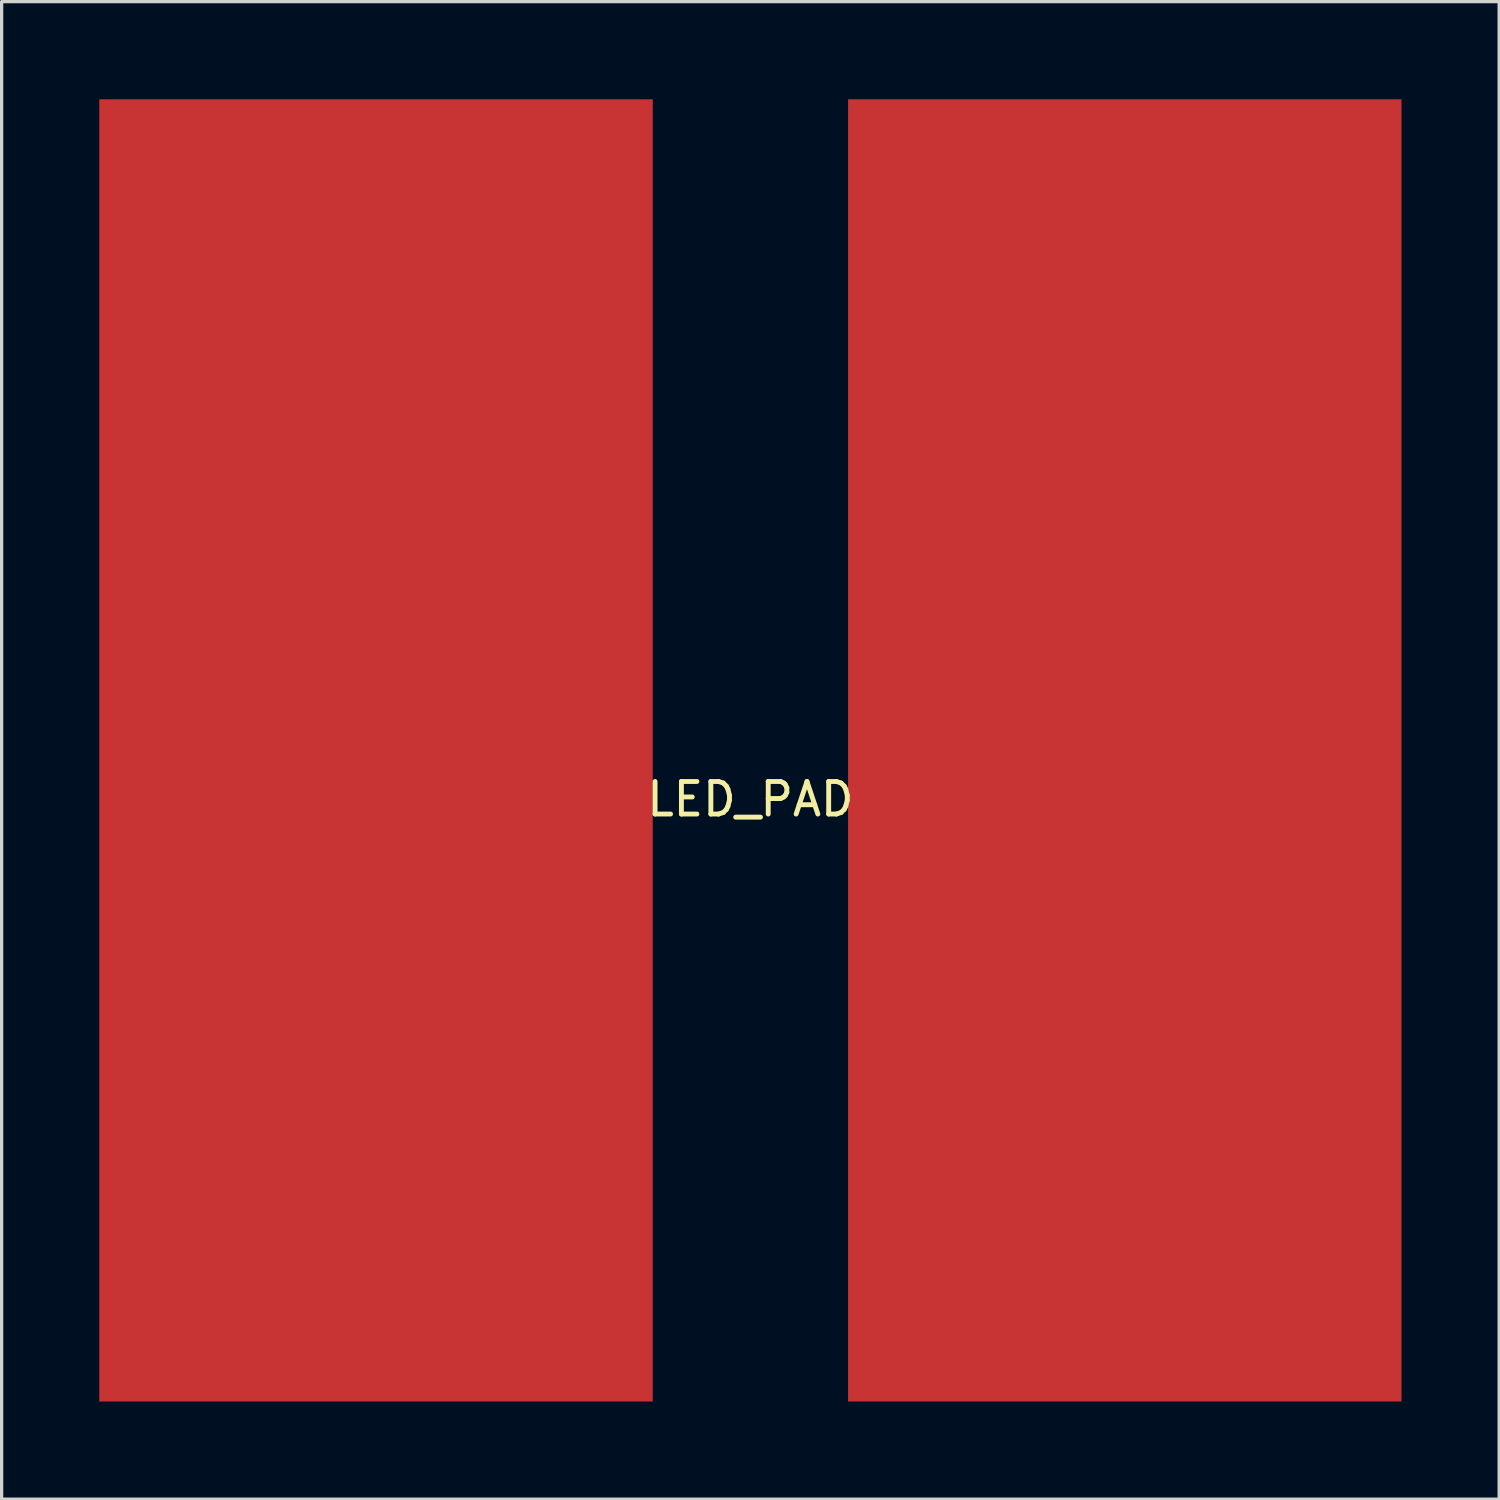
<source format=kicad_pcb>
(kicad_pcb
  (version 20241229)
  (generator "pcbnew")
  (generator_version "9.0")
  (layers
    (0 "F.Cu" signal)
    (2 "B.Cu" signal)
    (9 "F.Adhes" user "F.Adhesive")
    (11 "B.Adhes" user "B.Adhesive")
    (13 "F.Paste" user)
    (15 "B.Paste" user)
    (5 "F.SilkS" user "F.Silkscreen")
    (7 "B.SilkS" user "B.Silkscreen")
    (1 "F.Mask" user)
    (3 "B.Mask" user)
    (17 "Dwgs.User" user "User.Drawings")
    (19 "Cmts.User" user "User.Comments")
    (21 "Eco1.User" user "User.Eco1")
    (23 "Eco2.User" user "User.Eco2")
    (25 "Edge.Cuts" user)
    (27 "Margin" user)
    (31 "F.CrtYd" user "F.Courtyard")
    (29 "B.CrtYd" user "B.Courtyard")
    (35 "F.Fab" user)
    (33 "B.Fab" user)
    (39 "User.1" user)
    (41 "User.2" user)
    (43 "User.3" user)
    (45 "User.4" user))
  (footprint "LED_PAD"
    (layer "F.Cu")
    (at 20 21)
    (property "Reference" "LED_PAD" (at 0 0.5 0) (layer "F.SilkS") (effects (font (size 1 1) (thickness 0.15))))
    (attr through_hole)
    (pad "1" smd rect (at -11.5 -1) (size 17 40) (layers "F.Cu" "F.Mask" "F.Paste"))
    (pad "2" smd rect (at 11.5 -1) (size 17 40) (layers "F.Cu" "F.Mask" "F.Paste")))
  (gr_rect
    (start -3 -3)
    (end 43 43)
    (stroke (width 0.1) (type default))
    (fill no)
    (layer "Edge.Cuts")))
</source>
